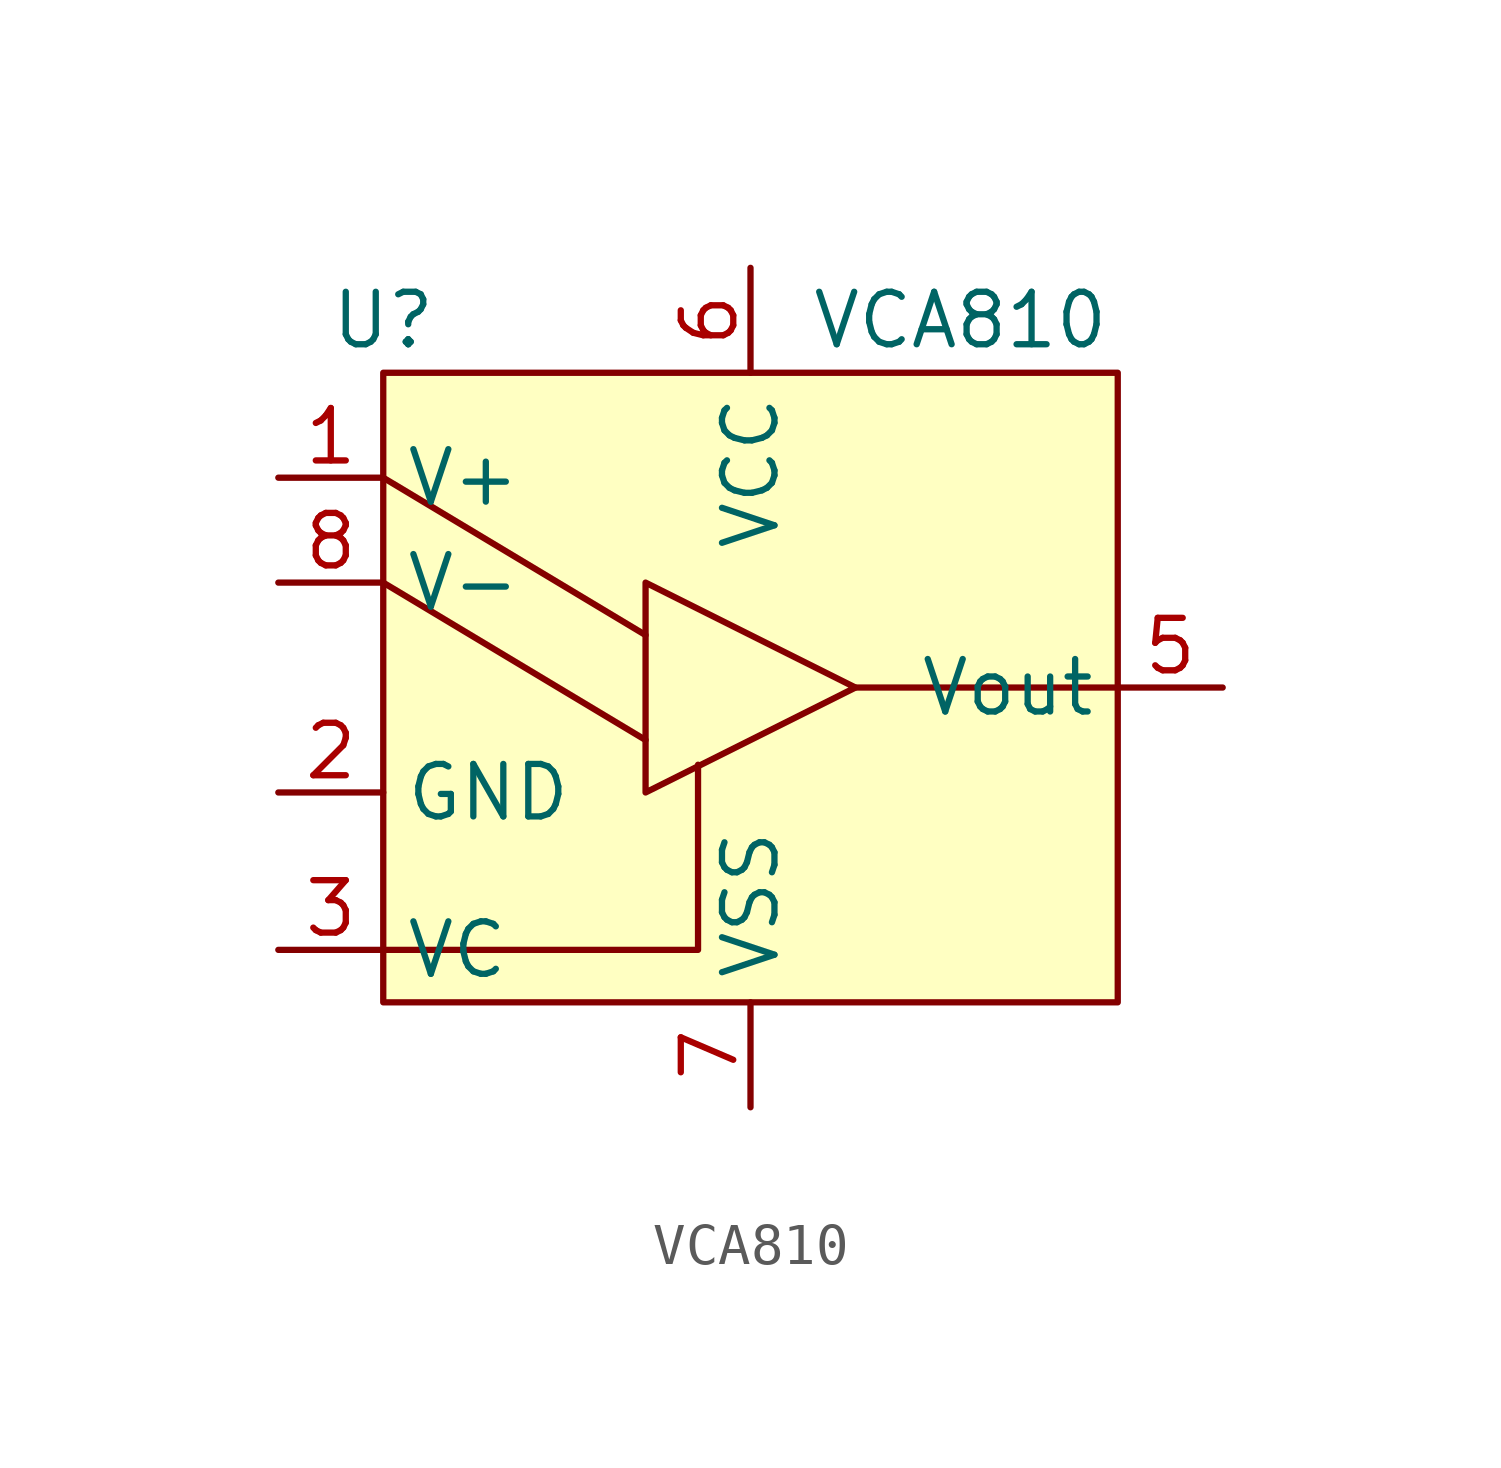
<source format=kicad_sym>
(kicad_symbol_lib
  (version 20220914)
  (generator kicad_symbol_editor)
  (symbol "VCA810"
    (property "Reference" "U"
      (at -8.89 8.89 0)
      (effects (font (size 1.27 1.27))))
    (property "Value" "VCA810"
      (at 5.08 8.89 0)
      (effects (font (size 1.27 1.27))))
    (symbol "VCA810_1_1"
      (rectangle (start -8.89 7.62) (end 8.89 -7.62) (stroke (width 0) (type default)) (fill (type background)))
      (polyline (pts (xy -8.89 2.54) (xy -2.54 -1.27)) (stroke (width 0) (type default)) (fill (type none)))
      (polyline (pts (xy -8.89 5.08) (xy -2.54 1.27)) (stroke (width 0) (type default)) (fill (type none)))
      (polyline (pts (xy 2.54 0) (xy 8.89 0)) (stroke (width 0) (type default)) (fill (type none)))
      (polyline (pts (xy -8.89 -6.35) (xy -1.27 -6.35) (xy -1.27 -1.869)) (stroke (width 0) (type default)) (fill (type none)))
      (polyline (pts (xy -2.54 2.54) (xy -2.54 -2.54) (xy 2.54 0) (xy -2.54 2.54)) (stroke (width 0) (type default)) (fill (type none)))
      (pin input line (at -11.43 5.08 0) (length 2.54) (name "V+" (effects (font (size 1.27 1.27)))) (number "1" (effects (font (size 1.27 1.27)))))
      (pin input line (at -11.43 -2.54 0) (length 2.54) (name "GND" (effects (font (size 1.27 1.27)))) (number "2" (effects (font (size 1.27 1.27)))))
      (pin input line (at -11.43 -6.35 0) (length 2.54) (name "VC" (effects (font (size 1.27 1.27)))) (number "3" (effects (font (size 1.27 1.27)))))
      (pin output line (at 11.43 0 180) (length 2.54) (name "Vout" (effects (font (size 1.27 1.27)))) (number "5" (effects (font (size 1.27 1.27)))))
      (pin power_in line (at 0 10.16 270) (length 2.54) (name "VCC" (effects (font (size 1.27 1.27)))) (number "6" (effects (font (size 1.27 1.27)))))
      (pin power_in line (at 0 -10.16 90) (length 2.54) (name "VSS" (effects (font (size 1.27 1.27)))) (number "7" (effects (font (size 1.27 1.27)))))
      (pin input line (at -11.43 2.54 0) (length 2.54) (name "V-" (effects (font (size 1.27 1.27)))) (number "8" (effects (font (size 1.27 1.27))))))))
</source>
